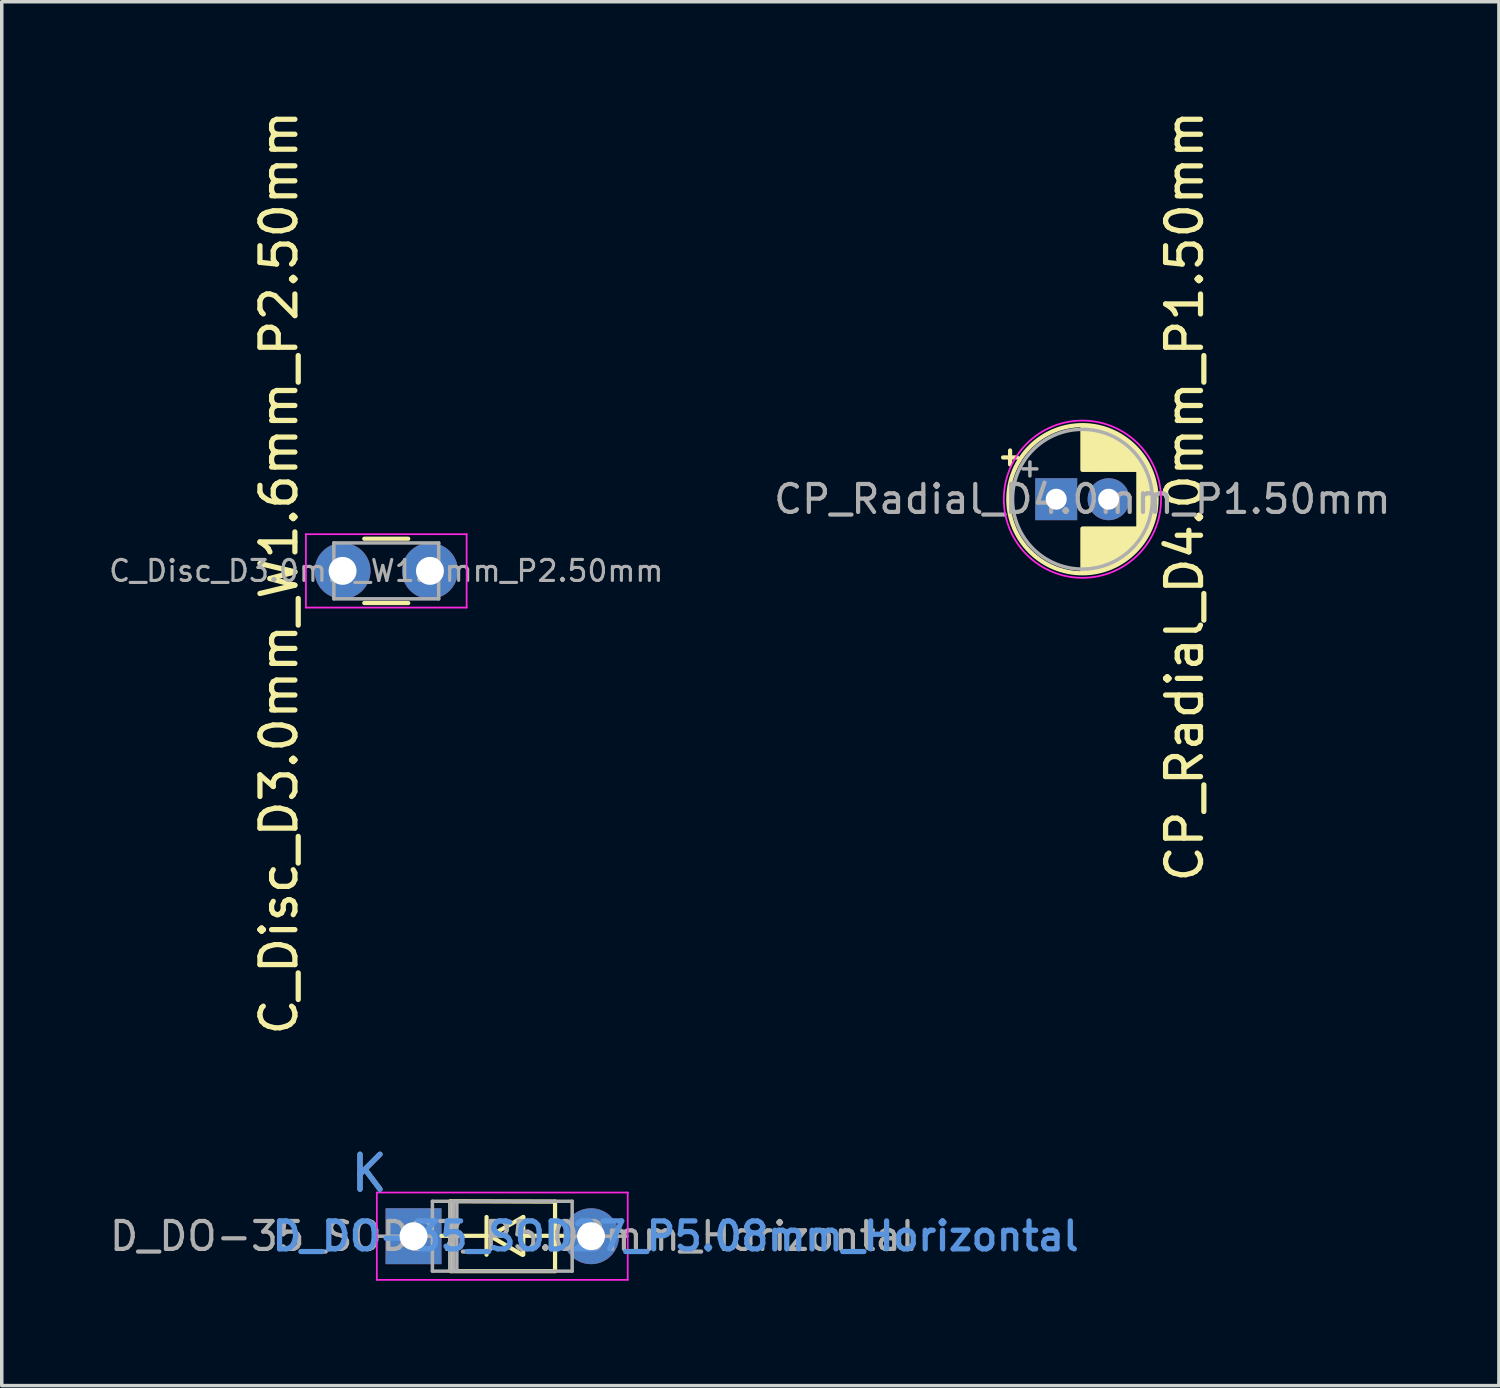
<source format=kicad_pcb>
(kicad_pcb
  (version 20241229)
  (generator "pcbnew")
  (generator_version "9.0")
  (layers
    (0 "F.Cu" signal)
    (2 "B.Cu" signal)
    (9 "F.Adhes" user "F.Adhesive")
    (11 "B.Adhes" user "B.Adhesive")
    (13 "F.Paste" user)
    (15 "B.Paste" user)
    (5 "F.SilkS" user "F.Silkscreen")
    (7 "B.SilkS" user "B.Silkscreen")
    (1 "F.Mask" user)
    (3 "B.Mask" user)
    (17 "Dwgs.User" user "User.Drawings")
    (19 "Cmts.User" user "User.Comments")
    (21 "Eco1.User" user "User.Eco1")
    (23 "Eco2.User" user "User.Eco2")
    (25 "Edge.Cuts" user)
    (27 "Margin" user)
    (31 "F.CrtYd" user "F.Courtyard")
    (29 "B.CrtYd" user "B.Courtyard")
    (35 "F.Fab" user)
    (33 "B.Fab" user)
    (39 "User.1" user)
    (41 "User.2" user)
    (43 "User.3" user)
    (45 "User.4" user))
  (footprint "D_DO-35_SOD27_P5.08mm_Horizontal"
    (layer "F.Cu")
    (at 7.514 32.327)
    (property "Reference" "D_DO-35_SOD27_P5.08mm_Horizontal" (at 8.77 0 0) (layer "Cmts.User") (effects (font (size 0.8 0.8) (thickness 0.15))))
    (attr through_hole)
    (fp_line (start 2.07 -0.01) (end 3.35 -0.01) (stroke (width 0.12) (type solid)) (layer "F.SilkS"))
    (fp_line (start 2.33 -1) (end 5.32 -0.99) (stroke (width 0.12) (type solid)) (layer "F.SilkS"))
    (fp_line (start 2.33 1) (end 2.33 -1) (stroke (width 0.12) (type solid)) (layer "F.SilkS"))
    (fp_line (start 2.34 1) (end 5.31 1) (stroke (width 0.12) (type solid)) (layer "F.SilkS"))
    (fp_line (start 3.36 0.53) (end 3.36 -0.55) (stroke (width 0.12) (type solid)) (layer "F.SilkS"))
    (fp_line (start 3.46 -0.01) (end 4.41 -0.55) (stroke (width 0.12) (type solid)) (layer "F.SilkS"))
    (fp_line (start 3.47 0) (end 4.38 0.53) (stroke (width 0.12) (type solid)) (layer "F.SilkS"))
    (fp_line (start 4.41 0.53) (end 4.41 -0.55) (stroke (width 0.12) (type solid)) (layer "F.SilkS"))
    (fp_line (start 5.32 1) (end 5.32 -0.99) (stroke (width 0.12) (type solid)) (layer "F.SilkS"))
    (fp_line (start 5.53 -0.01) (end 4.41 -0.01) (stroke (width 0.12) (type solid)) (layer "F.SilkS"))
    (fp_line (start 0.22 -1.25) (end 0.22 1.25) (stroke (width 0.05) (type solid)) (layer "F.CrtYd"))
    (fp_line (start 0.22 1.25) (end 7.4 1.25) (stroke (width 0.05) (type solid)) (layer "F.CrtYd"))
    (fp_line (start 7.4 -1.25) (end 0.22 -1.25) (stroke (width 0.05) (type solid)) (layer "F.CrtYd"))
    (fp_line (start 7.4 1.25) (end 7.4 -1.25) (stroke (width 0.05) (type solid)) (layer "F.CrtYd"))
    (fp_line (start 0.25 0) (end 1.81 0) (stroke (width 0.1) (type solid)) (layer "F.Fab"))
    (fp_line (start 1.81 -1) (end 1.81 1) (stroke (width 0.1) (type solid)) (layer "F.Fab"))
    (fp_line (start 1.81 1) (end 5.81 1) (stroke (width 0.1) (type solid)) (layer "F.Fab"))
    (fp_line (start 2.31 -1) (end 2.31 1) (stroke (width 0.1) (type solid)) (layer "F.Fab"))
    (fp_line (start 2.41 -1) (end 2.41 1) (stroke (width 0.1) (type solid)) (layer "F.Fab"))
    (fp_line (start 2.51 -1) (end 2.51 1) (stroke (width 0.1) (type solid)) (layer "F.Fab"))
    (fp_line (start 5.81 -1) (end 1.81 -1) (stroke (width 0.1) (type solid)) (layer "F.Fab"))
    (fp_line (start 5.81 1) (end 5.81 -1) (stroke (width 0.1) (type solid)) (layer "F.Fab"))
    (fp_line (start 7.37 0) (end 5.81 0) (stroke (width 0.1) (type solid)) (layer "F.Fab"))
    (fp_text user "K" (at 0 -1.8 0) (layer "Cmts.User") (effects (font (size 1 1) (thickness 0.15))))
    (fp_text user "K" (at 0 -1.8 0) (layer "F.Fab") (effects (font (size 1 1) (thickness 0.15))))
    (fp_text user "${REFERENCE}" (at 4.11 0 0) (layer "F.Fab") (effects (font (size 0.8 0.8) (thickness 0.12))))
    (pad "1" thru_hole rect (at 1.27 0) (size 1.6 1.6) (drill 0.8) (layers "*.Cu" "*.Mask"))
    (pad "2" thru_hole oval (at 6.35 0) (size 1.6 1.6) (drill 0.8) (layers "*.Cu" "*.Mask")))
  (footprint "C_Disc_D3.0mm_W1.6mm_P2.50mm"
    (layer "F.Cu")
    (at 6.754 13.287)
    (property "Reference" "C_Disc_D3.0mm_W1.6mm_P2.50mm" (at -1.82 0.052 90) (layer "F.SilkS") (effects (font (size 1 1) (thickness 0.15))))
    (attr through_hole)
    (fp_line (start 0.621 -0.92) (end 1.879 -0.92) (stroke (width 0.12) (type solid)) (layer "F.SilkS"))
    (fp_line (start 0.621 0.92) (end 1.879 0.92) (stroke (width 0.12) (type solid)) (layer "F.SilkS"))
    (fp_line (start -1.05 -1.05) (end -1.05 1.05) (stroke (width 0.05) (type solid)) (layer "F.CrtYd"))
    (fp_line (start -1.05 1.05) (end 3.55 1.05) (stroke (width 0.05) (type solid)) (layer "F.CrtYd"))
    (fp_line (start 3.55 -1.05) (end -1.05 -1.05) (stroke (width 0.05) (type solid)) (layer "F.CrtYd"))
    (fp_line (start 3.55 1.05) (end 3.55 -1.05) (stroke (width 0.05) (type solid)) (layer "F.CrtYd"))
    (fp_line (start -0.25 -0.8) (end -0.25 0.8) (stroke (width 0.1) (type solid)) (layer "F.Fab"))
    (fp_line (start -0.25 0.8) (end 2.75 0.8) (stroke (width 0.1) (type solid)) (layer "F.Fab"))
    (fp_line (start 2.75 -0.8) (end -0.25 -0.8) (stroke (width 0.1) (type solid)) (layer "F.Fab"))
    (fp_line (start 2.75 0.8) (end 2.75 -0.8) (stroke (width 0.1) (type solid)) (layer "F.Fab"))
    (fp_text user "${REFERENCE}" (at 1.25 0 0) (layer "F.Fab") (effects (font (size 0.6 0.6) (thickness 0.09))))
    (pad "1" thru_hole circle (at 0 0) (size 1.6 1.6) (drill 0.8) (layers "*.Cu" "*.Mask"))
    (pad "2" thru_hole circle (at 2.5 0) (size 1.6 1.6) (drill 0.8) (layers "*.Cu" "*.Mask")))
  (footprint "CP_Radial_D4.0mm_P1.50mm"
    (layer "F.Cu")
    (at 27.176 11.236)
    (property "Reference" "CP_Radial_D4.0mm_P1.50mm" (at 3.675 -0.087 90) (layer "F.SilkS") (effects (font (size 1 1) (thickness 0.15))))
    (attr through_hole)
    (fp_line (start -1.52 -1.195) (end -1.12 -1.195) (stroke (width 0.12) (type solid)) (layer "F.SilkS"))
    (fp_line (start -1.32 -1.395) (end -1.32 -0.995) (stroke (width 0.12) (type solid)) (layer "F.SilkS"))
    (fp_line (start 0.75 -2.08) (end 0.75 -0.84) (stroke (width 0.12) (type solid)) (layer "F.SilkS"))
    (fp_line (start 0.75 0.84) (end 0.75 2.08) (stroke (width 0.12) (type solid)) (layer "F.SilkS"))
    (fp_line (start 0.79 -2.08) (end 0.79 -0.84) (stroke (width 0.12) (type solid)) (layer "F.SilkS"))
    (fp_line (start 0.79 0.84) (end 0.79 2.08) (stroke (width 0.12) (type solid)) (layer "F.SilkS"))
    (fp_line (start 0.83 -2.079) (end 0.83 -0.84) (stroke (width 0.12) (type solid)) (layer "F.SilkS"))
    (fp_line (start 0.83 0.84) (end 0.83 2.079) (stroke (width 0.12) (type solid)) (layer "F.SilkS"))
    (fp_line (start 0.87 -2.077) (end 0.87 -0.84) (stroke (width 0.12) (type solid)) (layer "F.SilkS"))
    (fp_line (start 0.87 0.84) (end 0.87 2.077) (stroke (width 0.12) (type solid)) (layer "F.SilkS"))
    (fp_line (start 0.91 -2.074) (end 0.91 -0.84) (stroke (width 0.12) (type solid)) (layer "F.SilkS"))
    (fp_line (start 0.91 0.84) (end 0.91 2.074) (stroke (width 0.12) (type solid)) (layer "F.SilkS"))
    (fp_line (start 0.95 -2.071) (end 0.95 -0.84) (stroke (width 0.12) (type solid)) (layer "F.SilkS"))
    (fp_line (start 0.95 0.84) (end 0.95 2.071) (stroke (width 0.12) (type solid)) (layer "F.SilkS"))
    (fp_line (start 0.99 -2.067) (end 0.99 -0.84) (stroke (width 0.12) (type solid)) (layer "F.SilkS"))
    (fp_line (start 0.99 0.84) (end 0.99 2.067) (stroke (width 0.12) (type solid)) (layer "F.SilkS"))
    (fp_line (start 1.03 -2.062) (end 1.03 -0.84) (stroke (width 0.12) (type solid)) (layer "F.SilkS"))
    (fp_line (start 1.03 0.84) (end 1.03 2.062) (stroke (width 0.12) (type solid)) (layer "F.SilkS"))
    (fp_line (start 1.07 -2.056) (end 1.07 -0.84) (stroke (width 0.12) (type solid)) (layer "F.SilkS"))
    (fp_line (start 1.07 0.84) (end 1.07 2.056) (stroke (width 0.12) (type solid)) (layer "F.SilkS"))
    (fp_line (start 1.11 -2.05) (end 1.11 -0.84) (stroke (width 0.12) (type solid)) (layer "F.SilkS"))
    (fp_line (start 1.11 0.84) (end 1.11 2.05) (stroke (width 0.12) (type solid)) (layer "F.SilkS"))
    (fp_line (start 1.15 -2.042) (end 1.15 -0.84) (stroke (width 0.12) (type solid)) (layer "F.SilkS"))
    (fp_line (start 1.15 0.84) (end 1.15 2.042) (stroke (width 0.12) (type solid)) (layer "F.SilkS"))
    (fp_line (start 1.19 -2.034) (end 1.19 -0.84) (stroke (width 0.12) (type solid)) (layer "F.SilkS"))
    (fp_line (start 1.19 0.84) (end 1.19 2.034) (stroke (width 0.12) (type solid)) (layer "F.SilkS"))
    (fp_line (start 1.23 -2.025) (end 1.23 -0.84) (stroke (width 0.12) (type solid)) (layer "F.SilkS"))
    (fp_line (start 1.23 0.84) (end 1.23 2.025) (stroke (width 0.12) (type solid)) (layer "F.SilkS"))
    (fp_line (start 1.27 -2.016) (end 1.27 -0.84) (stroke (width 0.12) (type solid)) (layer "F.SilkS"))
    (fp_line (start 1.27 0.84) (end 1.27 2.016) (stroke (width 0.12) (type solid)) (layer "F.SilkS"))
    (fp_line (start 1.31 -2.005) (end 1.31 -0.84) (stroke (width 0.12) (type solid)) (layer "F.SilkS"))
    (fp_line (start 1.31 0.84) (end 1.31 2.005) (stroke (width 0.12) (type solid)) (layer "F.SilkS"))
    (fp_line (start 1.35 -1.994) (end 1.35 -0.84) (stroke (width 0.12) (type solid)) (layer "F.SilkS"))
    (fp_line (start 1.35 0.84) (end 1.35 1.994) (stroke (width 0.12) (type solid)) (layer "F.SilkS"))
    (fp_line (start 1.39 -1.982) (end 1.39 -0.84) (stroke (width 0.12) (type solid)) (layer "F.SilkS"))
    (fp_line (start 1.39 0.84) (end 1.39 1.982) (stroke (width 0.12) (type solid)) (layer "F.SilkS"))
    (fp_line (start 1.43 -1.968) (end 1.43 -0.84) (stroke (width 0.12) (type solid)) (layer "F.SilkS"))
    (fp_line (start 1.43 0.84) (end 1.43 1.968) (stroke (width 0.12) (type solid)) (layer "F.SilkS"))
    (fp_line (start 1.471 -1.954) (end 1.471 -0.84) (stroke (width 0.12) (type solid)) (layer "F.SilkS"))
    (fp_line (start 1.471 0.84) (end 1.471 1.954) (stroke (width 0.12) (type solid)) (layer "F.SilkS"))
    (fp_line (start 1.511 -1.94) (end 1.511 -0.84) (stroke (width 0.12) (type solid)) (layer "F.SilkS"))
    (fp_line (start 1.511 0.84) (end 1.511 1.94) (stroke (width 0.12) (type solid)) (layer "F.SilkS"))
    (fp_line (start 1.551 -1.924) (end 1.551 -0.84) (stroke (width 0.12) (type solid)) (layer "F.SilkS"))
    (fp_line (start 1.551 0.84) (end 1.551 1.924) (stroke (width 0.12) (type solid)) (layer "F.SilkS"))
    (fp_line (start 1.591 -1.907) (end 1.591 -0.84) (stroke (width 0.12) (type solid)) (layer "F.SilkS"))
    (fp_line (start 1.591 0.84) (end 1.591 1.907) (stroke (width 0.12) (type solid)) (layer "F.SilkS"))
    (fp_line (start 1.631 -1.889) (end 1.631 -0.84) (stroke (width 0.12) (type solid)) (layer "F.SilkS"))
    (fp_line (start 1.631 0.84) (end 1.631 1.889) (stroke (width 0.12) (type solid)) (layer "F.SilkS"))
    (fp_line (start 1.671 -1.87) (end 1.671 -0.84) (stroke (width 0.12) (type solid)) (layer "F.SilkS"))
    (fp_line (start 1.671 0.84) (end 1.671 1.87) (stroke (width 0.12) (type solid)) (layer "F.SilkS"))
    (fp_line (start 1.711 -1.851) (end 1.711 -0.84) (stroke (width 0.12) (type solid)) (layer "F.SilkS"))
    (fp_line (start 1.711 0.84) (end 1.711 1.851) (stroke (width 0.12) (type solid)) (layer "F.SilkS"))
    (fp_line (start 1.751 -1.83) (end 1.751 -0.84) (stroke (width 0.12) (type solid)) (layer "F.SilkS"))
    (fp_line (start 1.751 0.84) (end 1.751 1.83) (stroke (width 0.12) (type solid)) (layer "F.SilkS"))
    (fp_line (start 1.791 -1.808) (end 1.791 -0.84) (stroke (width 0.12) (type solid)) (layer "F.SilkS"))
    (fp_line (start 1.791 0.84) (end 1.791 1.808) (stroke (width 0.12) (type solid)) (layer "F.SilkS"))
    (fp_line (start 1.831 -1.785) (end 1.831 -0.84) (stroke (width 0.12) (type solid)) (layer "F.SilkS"))
    (fp_line (start 1.831 0.84) (end 1.831 1.785) (stroke (width 0.12) (type solid)) (layer "F.SilkS"))
    (fp_line (start 1.871 -1.76) (end 1.871 -0.84) (stroke (width 0.12) (type solid)) (layer "F.SilkS"))
    (fp_line (start 1.871 0.84) (end 1.871 1.76) (stroke (width 0.12) (type solid)) (layer "F.SilkS"))
    (fp_line (start 1.911 -1.735) (end 1.911 -0.84) (stroke (width 0.12) (type solid)) (layer "F.SilkS"))
    (fp_line (start 1.911 0.84) (end 1.911 1.735) (stroke (width 0.12) (type solid)) (layer "F.SilkS"))
    (fp_line (start 1.951 -1.708) (end 1.951 -0.84) (stroke (width 0.12) (type solid)) (layer "F.SilkS"))
    (fp_line (start 1.951 0.84) (end 1.951 1.708) (stroke (width 0.12) (type solid)) (layer "F.SilkS"))
    (fp_line (start 1.991 -1.68) (end 1.991 -0.84) (stroke (width 0.12) (type solid)) (layer "F.SilkS"))
    (fp_line (start 1.991 0.84) (end 1.991 1.68) (stroke (width 0.12) (type solid)) (layer "F.SilkS"))
    (fp_line (start 2.031 -1.65) (end 2.031 -0.84) (stroke (width 0.12) (type solid)) (layer "F.SilkS"))
    (fp_line (start 2.031 0.84) (end 2.031 1.65) (stroke (width 0.12) (type solid)) (layer "F.SilkS"))
    (fp_line (start 2.071 -1.619) (end 2.071 -0.84) (stroke (width 0.12) (type solid)) (layer "F.SilkS"))
    (fp_line (start 2.071 0.84) (end 2.071 1.619) (stroke (width 0.12) (type solid)) (layer "F.SilkS"))
    (fp_line (start 2.111 -1.587) (end 2.111 -0.84) (stroke (width 0.12) (type solid)) (layer "F.SilkS"))
    (fp_line (start 2.111 0.84) (end 2.111 1.587) (stroke (width 0.12) (type solid)) (layer "F.SilkS"))
    (fp_line (start 2.151 -1.552) (end 2.151 -0.84) (stroke (width 0.12) (type solid)) (layer "F.SilkS"))
    (fp_line (start 2.151 0.84) (end 2.151 1.552) (stroke (width 0.12) (type solid)) (layer "F.SilkS"))
    (fp_line (start 2.191 -1.516) (end 2.191 -0.84) (stroke (width 0.12) (type solid)) (layer "F.SilkS"))
    (fp_line (start 2.191 0.84) (end 2.191 1.516) (stroke (width 0.12) (type solid)) (layer "F.SilkS"))
    (fp_line (start 2.231 -1.478) (end 2.231 -0.84) (stroke (width 0.12) (type solid)) (layer "F.SilkS"))
    (fp_line (start 2.231 0.84) (end 2.231 1.478) (stroke (width 0.12) (type solid)) (layer "F.SilkS"))
    (fp_line (start 2.271 -1.438) (end 2.271 -0.84) (stroke (width 0.12) (type solid)) (layer "F.SilkS"))
    (fp_line (start 2.271 0.84) (end 2.271 1.438) (stroke (width 0.12) (type solid)) (layer "F.SilkS"))
    (fp_line (start 2.311 -1.396) (end 2.311 -0.84) (stroke (width 0.12) (type solid)) (layer "F.SilkS"))
    (fp_line (start 2.311 0.84) (end 2.311 1.396) (stroke (width 0.12) (type solid)) (layer "F.SilkS"))
    (fp_line (start 2.351 -1.351) (end 2.351 1.351) (stroke (width 0.12) (type solid)) (layer "F.SilkS"))
    (fp_line (start 2.391 -1.304) (end 2.391 1.304) (stroke (width 0.12) (type solid)) (layer "F.SilkS"))
    (fp_line (start 2.431 -1.254) (end 2.431 1.254) (stroke (width 0.12) (type solid)) (layer "F.SilkS"))
    (fp_line (start 2.471 -1.2) (end 2.471 1.2) (stroke (width 0.12) (type solid)) (layer "F.SilkS"))
    (fp_line (start 2.511 -1.142) (end 2.511 1.142) (stroke (width 0.12) (type solid)) (layer "F.SilkS"))
    (fp_line (start 2.551 -1.08) (end 2.551 1.08) (stroke (width 0.12) (type solid)) (layer "F.SilkS"))
    (fp_line (start 2.591 -1.013) (end 2.591 1.013) (stroke (width 0.12) (type solid)) (layer "F.SilkS"))
    (fp_line (start 2.631 -0.94) (end 2.631 0.94) (stroke (width 0.12) (type solid)) (layer "F.SilkS"))
    (fp_line (start 2.671 -0.859) (end 2.671 0.859) (stroke (width 0.12) (type solid)) (layer "F.SilkS"))
    (fp_line (start 2.711 -0.768) (end 2.711 0.768) (stroke (width 0.12) (type solid)) (layer "F.SilkS"))
    (fp_line (start 2.751 -0.664) (end 2.751 0.664) (stroke (width 0.12) (type solid)) (layer "F.SilkS"))
    (fp_line (start 2.791 -0.537) (end 2.791 0.537) (stroke (width 0.12) (type solid)) (layer "F.SilkS"))
    (fp_line (start 2.831 -0.37) (end 2.831 0.37) (stroke (width 0.12) (type solid)) (layer "F.SilkS"))
    (fp_circle (center 0.75 0) (end 2.87 0) (stroke (width 0.12) (type solid)) (fill no) (layer "F.SilkS"))
    (fp_circle (center 0.75 0) (end 3 0) (stroke (width 0.05) (type solid)) (fill no) (layer "F.CrtYd"))
    (fp_line (start -0.953 -0.868) (end -0.553 -0.868) (stroke (width 0.1) (type solid)) (layer "F.Fab"))
    (fp_line (start -0.753 -1.067) (end -0.753 -0.667) (stroke (width 0.1) (type solid)) (layer "F.Fab"))
    (fp_circle (center 0.75 0) (end 2.75 0) (stroke (width 0.1) (type solid)) (fill no) (layer "F.Fab"))
    (fp_text user "${REFERENCE}" (at 0.75 0 0) (layer "F.Fab") (effects (font (size 0.8 0.8) (thickness 0.12))))
    (pad "1" thru_hole rect (at 0 0) (size 1.2 1.2) (drill 0.6) (layers "*.Cu" "*.Mask"))
    (pad "2" thru_hole circle (at 1.5 0) (size 1.2 1.2) (drill 0.6) (layers "*.Cu" "*.Mask")))
  (gr_rect
    (start -3 -3)
    (end 39.845 36.602)
    (stroke (width 0.1) (type default))
    (fill no)
    (layer "Edge.Cuts")))
</source>
